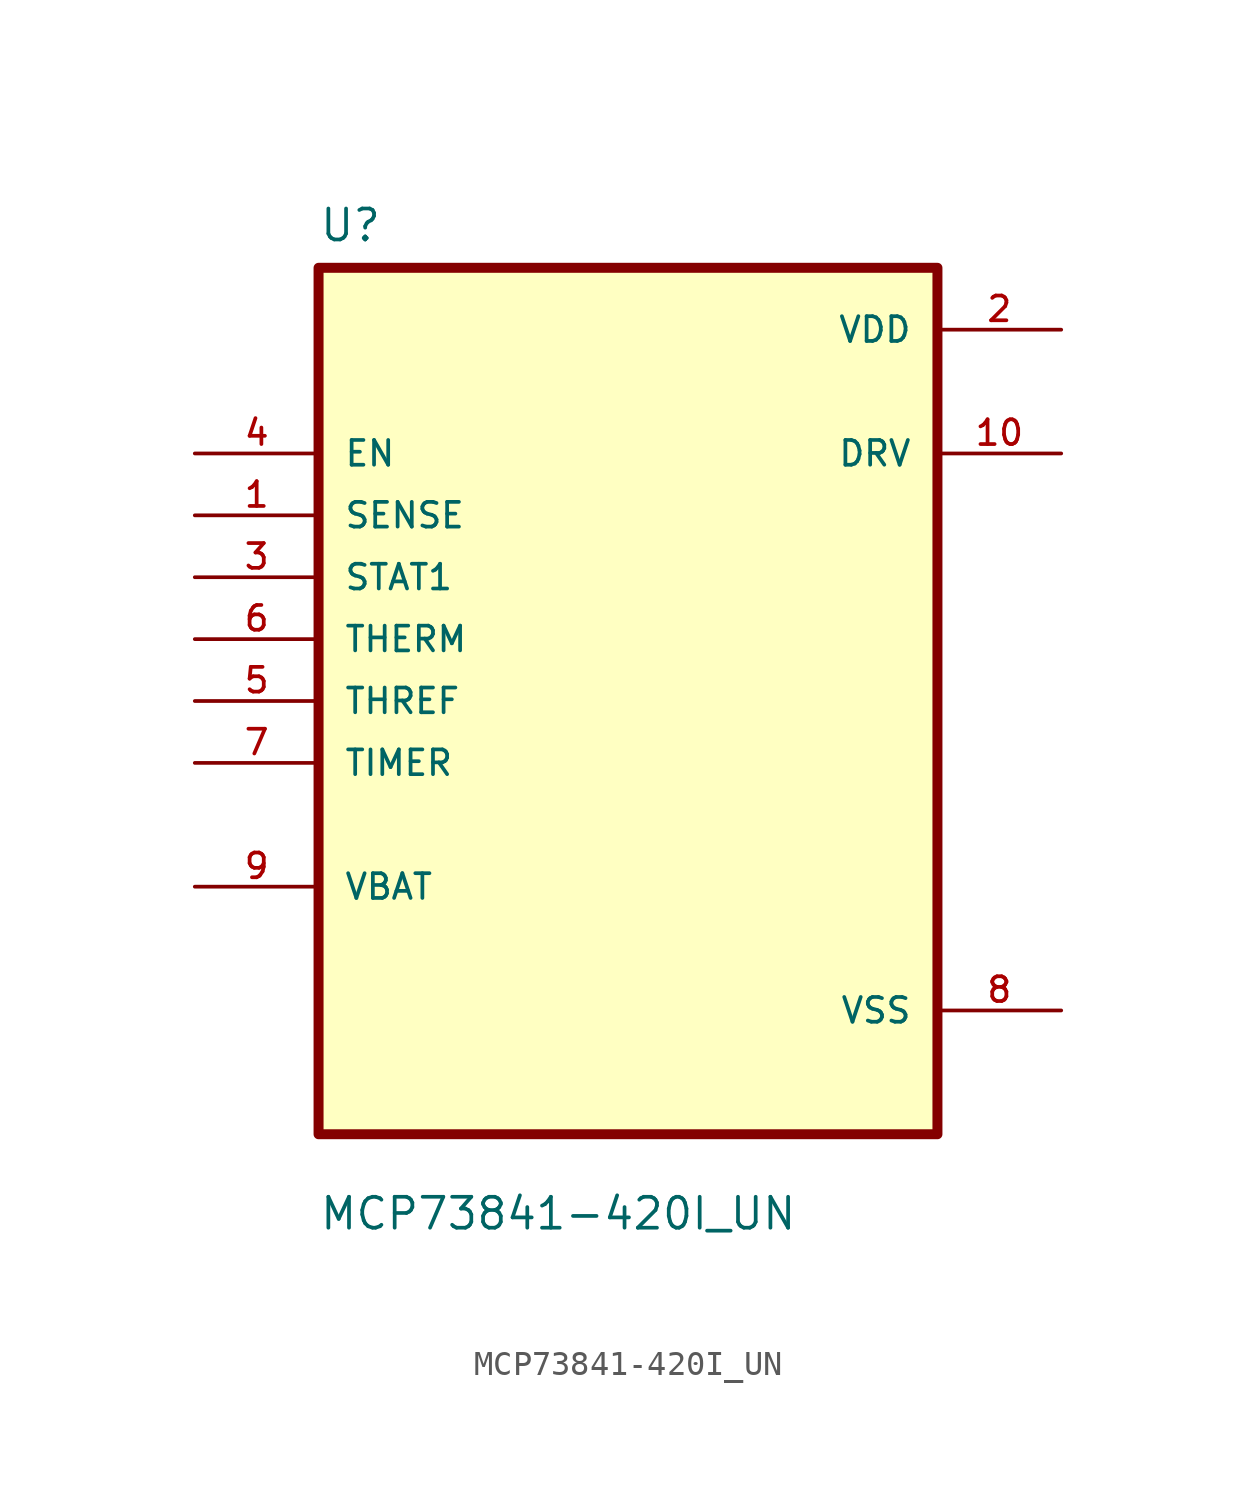
<source format=kicad_sym>
(kicad_symbol_lib
  (version 20211014)
  (generator kicad_symbol_editor)
  (symbol "MCP73841-420I_UN"
    (pin_names
      (offset 1.016))
    (property "Reference" "U"
      (at -12.7 18.78 0.0)
      (effects (font (size 1.27 1.27)) (justify bottom left)))
    (property "Value" "MCP73841-420I_UN"
      (at -12.7 -21.78 0.0)
      (effects (font (size 1.27 1.27)) (justify bottom left)))
    (symbol "MCP73841-420I_UN_0_0"
      (rectangle (start -12.7 -17.78) (end 12.7 17.78) (stroke (width 0.41)) (fill (type background)))
      (pin input line (at -17.78 10.16 0) (length 5.08) (name "EN" (effects (font (size 1.016 1.016)))) (number "4" (effects (font (size 1.016 1.016)))))
      (pin input line (at -17.78 7.62 0) (length 5.08) (name "SENSE" (effects (font (size 1.016 1.016)))) (number "1" (effects (font (size 1.016 1.016)))))
      (pin input line (at -17.78 5.08 0) (length 5.08) (name "STAT1" (effects (font (size 1.016 1.016)))) (number "3" (effects (font (size 1.016 1.016)))))
      (pin input line (at -17.78 2.54 0) (length 5.08) (name "THERM" (effects (font (size 1.016 1.016)))) (number "6" (effects (font (size 1.016 1.016)))))
      (pin input line (at -17.78 0.0 0) (length 5.08) (name "THREF" (effects (font (size 1.016 1.016)))) (number "5" (effects (font (size 1.016 1.016)))))
      (pin input line (at -17.78 -2.54 0) (length 5.08) (name "TIMER" (effects (font (size 1.016 1.016)))) (number "7" (effects (font (size 1.016 1.016)))))
      (pin bidirectional line (at -17.78 -7.62 0) (length 5.08) (name "VBAT" (effects (font (size 1.016 1.016)))) (number "9" (effects (font (size 1.016 1.016)))))
      (pin power_in line (at 17.78 15.24 180.0) (length 5.08) (name "VDD" (effects (font (size 1.016 1.016)))) (number "2" (effects (font (size 1.016 1.016)))))
      (pin output line (at 17.78 10.16 180.0) (length 5.08) (name "DRV" (effects (font (size 1.016 1.016)))) (number "10" (effects (font (size 1.016 1.016)))))
      (pin power_in line (at 17.78 -12.7 180.0) (length 5.08) (name "VSS" (effects (font (size 1.016 1.016)))) (number "8" (effects (font (size 1.016 1.016))))))))
</source>
